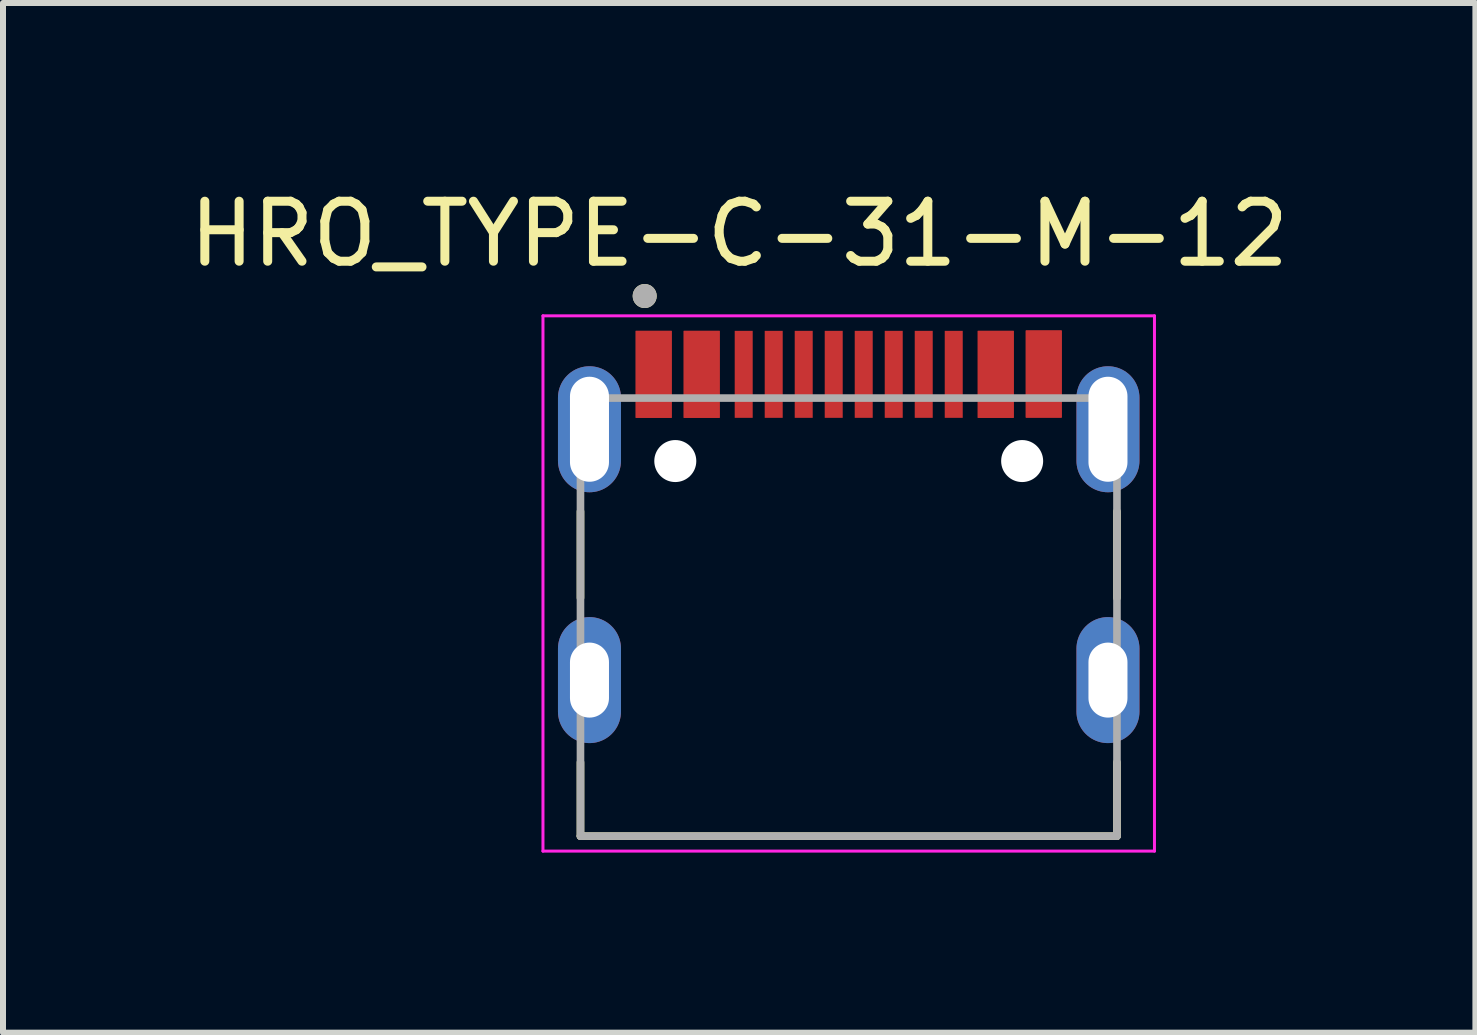
<source format=kicad_pcb>
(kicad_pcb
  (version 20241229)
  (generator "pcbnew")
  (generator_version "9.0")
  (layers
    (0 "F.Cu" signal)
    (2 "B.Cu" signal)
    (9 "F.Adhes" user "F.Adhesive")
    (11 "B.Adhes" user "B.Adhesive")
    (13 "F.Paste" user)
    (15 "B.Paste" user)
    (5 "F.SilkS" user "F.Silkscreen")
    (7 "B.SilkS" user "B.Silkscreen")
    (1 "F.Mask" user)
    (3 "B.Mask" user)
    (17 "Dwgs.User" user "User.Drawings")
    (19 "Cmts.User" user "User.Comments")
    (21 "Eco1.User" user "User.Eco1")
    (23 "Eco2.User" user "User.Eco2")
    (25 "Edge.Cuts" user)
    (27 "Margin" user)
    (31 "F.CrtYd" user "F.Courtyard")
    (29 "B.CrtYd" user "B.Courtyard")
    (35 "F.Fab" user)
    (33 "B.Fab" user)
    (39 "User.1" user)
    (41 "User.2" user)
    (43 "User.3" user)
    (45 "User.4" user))
  (footprint "HRO_TYPE-C-31-M-12"
    (layer "F.Cu")
    (at 11.093 8.283)
    (property "Reference" "HRO_TYPE-C-31-M-12" (at -1.825 -7.435 0) (layer "F.SilkS") (effects (font (size 1 1) (thickness 0.15))))
    (attr through_hole)
    (fp_line (start -4.47 -2.81) (end -4.47 -1.37) (stroke (width 0.127) (type solid)) (layer "F.SilkS"))
    (fp_line (start -4.47 2.6) (end -4.47 1.37) (stroke (width 0.127) (type solid)) (layer "F.SilkS"))
    (fp_line (start 4.47 -2.81) (end 4.47 -1.37) (stroke (width 0.127) (type solid)) (layer "F.SilkS"))
    (fp_line (start 4.47 1.37) (end 4.47 2.6) (stroke (width 0.127) (type solid)) (layer "F.SilkS"))
    (fp_line (start 4.47 2.6) (end -4.47 2.6) (stroke (width 0.127) (type solid)) (layer "F.SilkS"))
    (fp_circle (center -3.4 -6.4) (end -3.3 -6.4) (stroke (width 0.2) (type solid)) (fill no) (layer "F.SilkS"))
    (fp_line (start -5.095 -6.07) (end -5.095 2.85) (stroke (width 0.05) (type solid)) (layer "F.CrtYd"))
    (fp_line (start -5.095 2.85) (end 5.095 2.85) (stroke (width 0.05) (type solid)) (layer "F.CrtYd"))
    (fp_line (start 5.095 -6.07) (end -5.095 -6.07) (stroke (width 0.05) (type solid)) (layer "F.CrtYd"))
    (fp_line (start 5.095 2.85) (end 5.095 -6.07) (stroke (width 0.05) (type solid)) (layer "F.CrtYd"))
    (fp_line (start -4.47 -4.7) (end -4.47 2.6) (stroke (width 0.127) (type solid)) (layer "F.Fab"))
    (fp_line (start -4.47 2.6) (end 4.47 2.6) (stroke (width 0.127) (type solid)) (layer "F.Fab"))
    (fp_line (start 4.47 -4.7) (end -4.47 -4.7) (stroke (width 0.127) (type solid)) (layer "F.Fab"))
    (fp_line (start 4.47 2.6) (end 4.47 -4.7) (stroke (width 0.127) (type solid)) (layer "F.Fab"))
    (fp_circle (center -3.4 -6.4) (end -3.3 -6.4) (stroke (width 0.2) (type solid)) (fill no) (layer "F.Fab"))
    (pad "" np_thru_hole circle (at -2.89 -3.65) (size 0.7 0.7) (drill 0.7) (layers "*.Cu" "*.Mask"))
    (pad "" np_thru_hole circle (at 2.89 -3.65) (size 0.7 0.7) (drill 0.7) (layers "*.Cu" "*.Mask"))
    (pad "A1" smd rect (at -3.25 -5.095) (size 0.6 1.45) (layers "F.Cu" "F.Mask" "F.Paste"))
    (pad "A4" smd rect (at -2.45 -5.095) (size 0.6 1.45) (layers "F.Cu" "F.Mask" "F.Paste"))
    (pad "A5" smd rect (at -1.25 -5.095) (size 0.3 1.45) (layers "F.Cu" "F.Mask" "F.Paste"))
    (pad "A6" smd rect (at -0.25 -5.095) (size 0.3 1.45) (layers "F.Cu" "F.Mask" "F.Paste"))
    (pad "A7" smd rect (at 0.25 -5.095) (size 0.3 1.45) (layers "F.Cu" "F.Mask" "F.Paste"))
    (pad "A8" smd rect (at 1.25 -5.095) (size 0.3 1.45) (layers "F.Cu" "F.Mask" "F.Paste"))
    (pad "A9" smd rect (at 2.45 -5.095) (size 0.6 1.45) (layers "F.Cu" "F.Mask" "F.Paste"))
    (pad "A12" smd rect (at 3.25 -5.095) (size 0.6 1.45) (layers "F.Cu" "F.Mask" "F.Paste"))
    (pad "B1" smd rect (at 3.25 -5.105) (size 0.6 1.45) (layers "F.Cu" "F.Mask" "F.Paste"))
    (pad "B4" smd rect (at 2.45 -5.095) (size 0.6 1.45) (layers "F.Cu" "F.Mask" "F.Paste"))
    (pad "B5" smd rect (at 1.75 -5.095) (size 0.3 1.45) (layers "F.Cu" "F.Mask" "F.Paste"))
    (pad "B6" smd rect (at 0.75 -5.095) (size 0.3 1.45) (layers "F.Cu" "F.Mask" "F.Paste"))
    (pad "B7" smd rect (at -0.75 -5.095) (size 0.3 1.45) (layers "F.Cu" "F.Mask" "F.Paste"))
    (pad "B8" smd rect (at -1.75 -5.095) (size 0.3 1.45) (layers "F.Cu" "F.Mask" "F.Paste"))
    (pad "B9" smd rect (at -2.45 -5.095) (size 0.6 1.45) (layers "F.Cu" "F.Mask" "F.Paste"))
    (pad "B12" smd rect (at -3.25 -5.095) (size 0.6 1.45) (layers "F.Cu" "F.Mask" "F.Paste"))
    (pad "S1" thru_hole oval (at -4.32 -4.18) (size 1.05 2.1) (drill oval 0.65 1.75) (layers "*.Cu" "*.Mask"))
    (pad "S2" thru_hole oval (at 4.32 -4.18) (size 1.05 2.1) (drill oval 0.65 1.75) (layers "*.Cu" "*.Mask"))
    (pad "S3" thru_hole oval (at -4.32 0) (size 1.05 2.1) (drill oval 0.65 1.25) (layers "*.Cu" "*.Mask"))
    (pad "S4" thru_hole oval (at 4.32 0) (size 1.05 2.1) (drill oval 0.65 1.25) (layers "*.Cu" "*.Mask")))
  (gr_rect
    (start -3 -3)
    (end 21.536 14.158)
    (stroke (width 0.1) (type default))
    (fill no)
    (layer "Edge.Cuts")))
</source>
